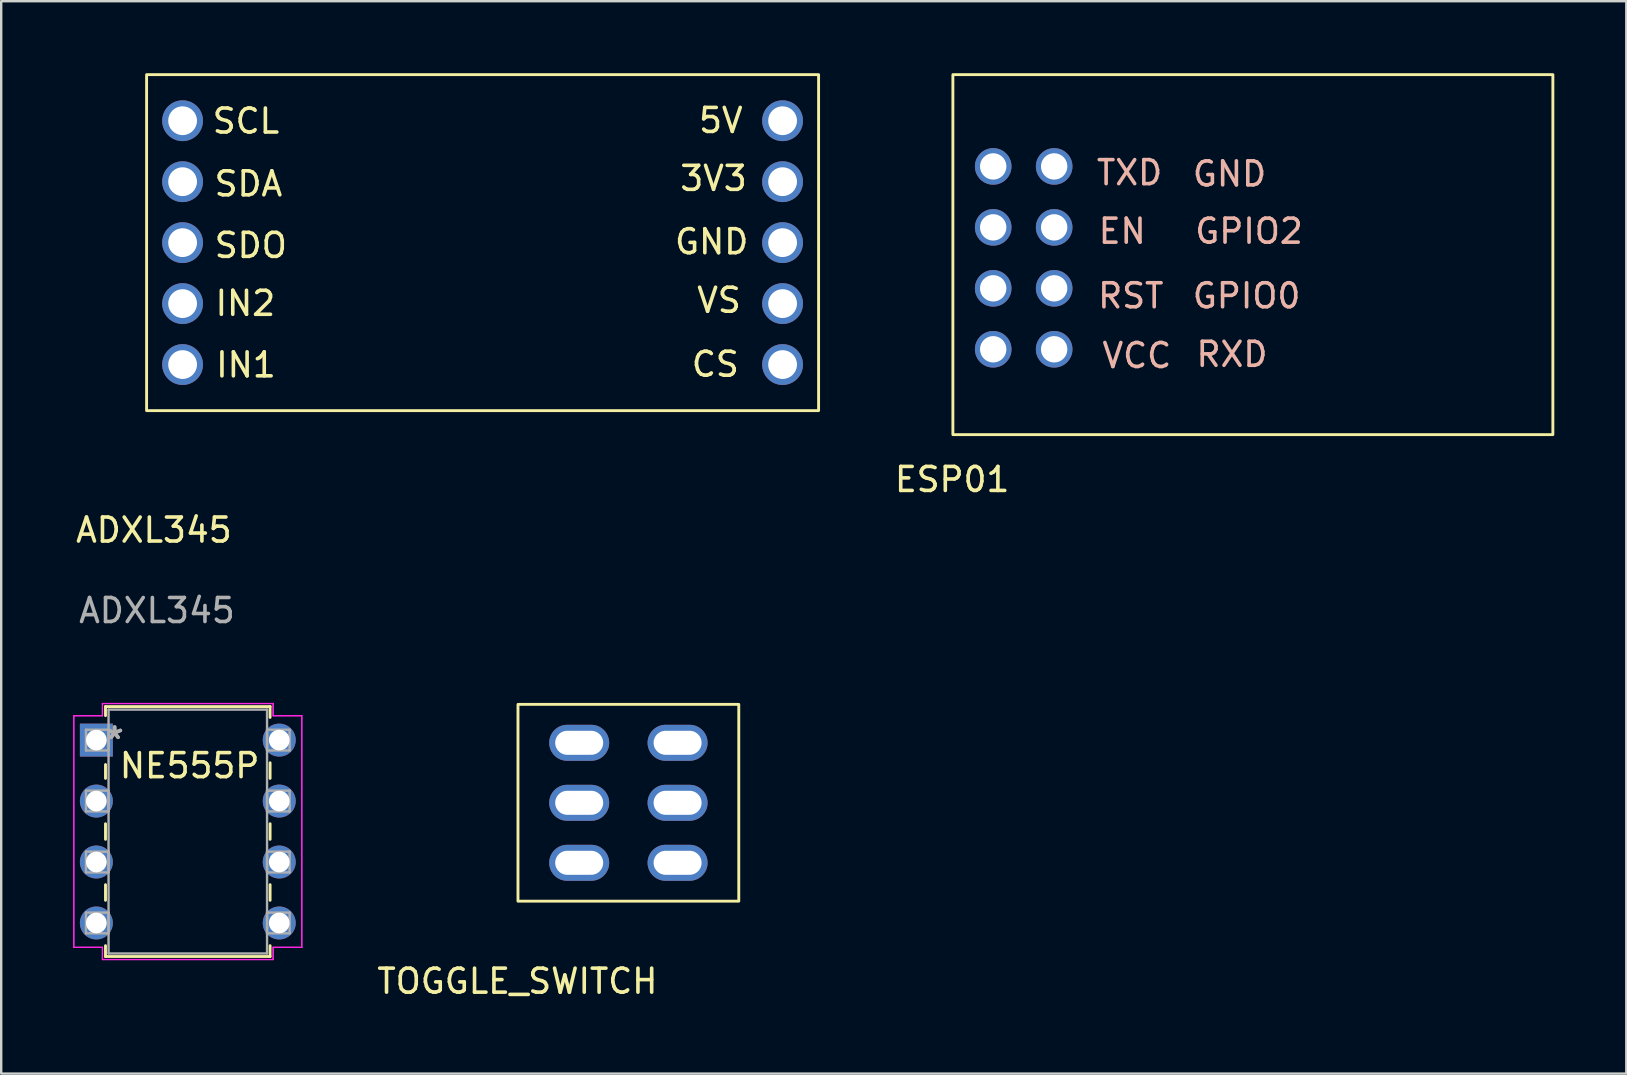
<source format=kicad_pcb>
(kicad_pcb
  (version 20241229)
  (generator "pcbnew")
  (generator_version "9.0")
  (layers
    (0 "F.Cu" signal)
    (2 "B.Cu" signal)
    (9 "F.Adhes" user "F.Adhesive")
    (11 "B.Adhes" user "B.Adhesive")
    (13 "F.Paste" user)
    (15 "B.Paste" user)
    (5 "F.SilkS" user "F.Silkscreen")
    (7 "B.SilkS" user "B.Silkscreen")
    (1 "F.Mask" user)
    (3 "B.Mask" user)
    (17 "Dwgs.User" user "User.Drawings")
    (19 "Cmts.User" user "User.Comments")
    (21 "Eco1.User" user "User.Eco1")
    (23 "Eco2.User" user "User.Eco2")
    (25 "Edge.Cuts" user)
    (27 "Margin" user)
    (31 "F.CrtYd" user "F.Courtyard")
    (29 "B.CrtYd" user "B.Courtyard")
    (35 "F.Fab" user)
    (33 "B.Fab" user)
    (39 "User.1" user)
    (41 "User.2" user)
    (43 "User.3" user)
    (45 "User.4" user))
  (footprint "NE555P"
    (layer "F.Cu")
    (at 0.965 27.788)
    (property "Reference" "NE555P" (at 3.886 1.067 0) (layer "F.SilkS") (effects (font (size 1 1) (thickness 0.15))))
    (attr through_hole)
    (fp_line (start 0.381 -1.397) (end 0.381 -1.019) (stroke (width 0.12) (type solid)) (layer "F.SilkS"))
    (fp_line (start 0.381 1.019) (end 0.381 1.595) (stroke (width 0.12) (type solid)) (layer "F.SilkS"))
    (fp_line (start 0.381 3.485) (end 0.381 4.135) (stroke (width 0.12) (type solid)) (layer "F.SilkS"))
    (fp_line (start 0.381 6.025) (end 0.381 6.675) (stroke (width 0.12) (type solid)) (layer "F.SilkS"))
    (fp_line (start 0.381 8.565) (end 0.381 9.017) (stroke (width 0.12) (type solid)) (layer "F.SilkS"))
    (fp_line (start 0.381 9.017) (end 7.239 9.017) (stroke (width 0.12) (type solid)) (layer "F.SilkS"))
    (fp_line (start 7.239 -1.397) (end 0.381 -1.397) (stroke (width 0.12) (type solid)) (layer "F.SilkS"))
    (fp_line (start 7.239 -0.945) (end 7.239 -1.397) (stroke (width 0.12) (type solid)) (layer "F.SilkS"))
    (fp_line (start 7.239 1.595) (end 7.239 0.945) (stroke (width 0.12) (type solid)) (layer "F.SilkS"))
    (fp_line (start 7.239 4.135) (end 7.239 3.485) (stroke (width 0.12) (type solid)) (layer "F.SilkS"))
    (fp_line (start 7.239 6.675) (end 7.239 6.025) (stroke (width 0.12) (type solid)) (layer "F.SilkS"))
    (fp_line (start 7.239 9.017) (end 7.239 8.565) (stroke (width 0.12) (type solid)) (layer "F.SilkS"))
    (fp_line (start -0.94 -1.016) (end -0.94 8.636) (stroke (width 0.05) (type solid)) (layer "F.CrtYd"))
    (fp_line (start -0.94 -1.016) (end 0.254 -1.016) (stroke (width 0.05) (type solid)) (layer "F.CrtYd"))
    (fp_line (start -0.94 8.636) (end -0.94 -1.016) (stroke (width 0.05) (type solid)) (layer "F.CrtYd"))
    (fp_line (start -0.94 8.636) (end 0.254 8.636) (stroke (width 0.05) (type solid)) (layer "F.CrtYd"))
    (fp_line (start 0.254 -1.524) (end 0.254 -1.016) (stroke (width 0.05) (type solid)) (layer "F.CrtYd"))
    (fp_line (start 0.254 -1.524) (end 7.366 -1.524) (stroke (width 0.05) (type solid)) (layer "F.CrtYd"))
    (fp_line (start 0.254 -1.016) (end -0.94 -1.016) (stroke (width 0.05) (type solid)) (layer "F.CrtYd"))
    (fp_line (start 0.254 -1.016) (end 0.254 -1.524) (stroke (width 0.05) (type solid)) (layer "F.CrtYd"))
    (fp_line (start 0.254 8.636) (end -0.94 8.636) (stroke (width 0.05) (type solid)) (layer "F.CrtYd"))
    (fp_line (start 0.254 8.636) (end 0.254 9.144) (stroke (width 0.05) (type solid)) (layer "F.CrtYd"))
    (fp_line (start 0.254 9.144) (end 0.254 8.636) (stroke (width 0.05) (type solid)) (layer "F.CrtYd"))
    (fp_line (start 0.254 9.144) (end 7.366 9.144) (stroke (width 0.05) (type solid)) (layer "F.CrtYd"))
    (fp_line (start 7.366 -1.524) (end 0.254 -1.524) (stroke (width 0.05) (type solid)) (layer "F.CrtYd"))
    (fp_line (start 7.366 -1.524) (end 7.366 -1.016) (stroke (width 0.05) (type solid)) (layer "F.CrtYd"))
    (fp_line (start 7.366 -1.016) (end 7.366 -1.524) (stroke (width 0.05) (type solid)) (layer "F.CrtYd"))
    (fp_line (start 7.366 8.636) (end 7.366 9.144) (stroke (width 0.05) (type solid)) (layer "F.CrtYd"))
    (fp_line (start 7.366 8.636) (end 8.56 8.636) (stroke (width 0.05) (type solid)) (layer "F.CrtYd"))
    (fp_line (start 7.366 9.144) (end 0.254 9.144) (stroke (width 0.05) (type solid)) (layer "F.CrtYd"))
    (fp_line (start 7.366 9.144) (end 7.366 8.636) (stroke (width 0.05) (type solid)) (layer "F.CrtYd"))
    (fp_line (start 8.56 -1.016) (end 7.366 -1.016) (stroke (width 0.05) (type solid)) (layer "F.CrtYd"))
    (fp_line (start 8.56 -1.016) (end 7.366 -1.016) (stroke (width 0.05) (type solid)) (layer "F.CrtYd"))
    (fp_line (start 8.56 -1.016) (end 8.56 8.636) (stroke (width 0.05) (type solid)) (layer "F.CrtYd"))
    (fp_line (start 8.56 8.636) (end 7.366 8.636) (stroke (width 0.05) (type solid)) (layer "F.CrtYd"))
    (fp_line (start 8.56 8.636) (end 8.56 -1.016) (stroke (width 0.05) (type solid)) (layer "F.CrtYd"))
    (fp_line (start -0.432 -0.432) (end -0.432 0.432) (stroke (width 0.1) (type solid)) (layer "F.Fab"))
    (fp_line (start -0.432 0.432) (end 0.508 0.432) (stroke (width 0.1) (type solid)) (layer "F.Fab"))
    (fp_line (start -0.432 2.108) (end -0.432 2.972) (stroke (width 0.1) (type solid)) (layer "F.Fab"))
    (fp_line (start -0.432 2.972) (end 0.508 2.972) (stroke (width 0.1) (type solid)) (layer "F.Fab"))
    (fp_line (start -0.432 4.648) (end -0.432 5.512) (stroke (width 0.1) (type solid)) (layer "F.Fab"))
    (fp_line (start -0.432 5.512) (end 0.508 5.512) (stroke (width 0.1) (type solid)) (layer "F.Fab"))
    (fp_line (start -0.432 7.188) (end -0.432 8.052) (stroke (width 0.1) (type solid)) (layer "F.Fab"))
    (fp_line (start -0.432 8.052) (end 0.508 8.052) (stroke (width 0.1) (type solid)) (layer "F.Fab"))
    (fp_line (start 0.508 -1.27) (end 0.508 8.89) (stroke (width 0.1) (type solid)) (layer "F.Fab"))
    (fp_line (start 0.508 -0.432) (end -0.432 -0.432) (stroke (width 0.1) (type solid)) (layer "F.Fab"))
    (fp_line (start 0.508 0.432) (end 0.508 -0.432) (stroke (width 0.1) (type solid)) (layer "F.Fab"))
    (fp_line (start 0.508 2.108) (end -0.432 2.108) (stroke (width 0.1) (type solid)) (layer "F.Fab"))
    (fp_line (start 0.508 2.972) (end 0.508 2.108) (stroke (width 0.1) (type solid)) (layer "F.Fab"))
    (fp_line (start 0.508 4.648) (end -0.432 4.648) (stroke (width 0.1) (type solid)) (layer "F.Fab"))
    (fp_line (start 0.508 5.512) (end 0.508 4.648) (stroke (width 0.1) (type solid)) (layer "F.Fab"))
    (fp_line (start 0.508 7.188) (end -0.432 7.188) (stroke (width 0.1) (type solid)) (layer "F.Fab"))
    (fp_line (start 0.508 8.052) (end 0.508 7.188) (stroke (width 0.1) (type solid)) (layer "F.Fab"))
    (fp_line (start 0.508 8.89) (end 7.112 8.89) (stroke (width 0.1) (type solid)) (layer "F.Fab"))
    (fp_line (start 7.112 -1.27) (end 0.508 -1.27) (stroke (width 0.1) (type solid)) (layer "F.Fab"))
    (fp_line (start 7.112 -0.432) (end 7.112 0.432) (stroke (width 0.1) (type solid)) (layer "F.Fab"))
    (fp_line (start 7.112 0.432) (end 8.052 0.432) (stroke (width 0.1) (type solid)) (layer "F.Fab"))
    (fp_line (start 7.112 2.108) (end 7.112 2.972) (stroke (width 0.1) (type solid)) (layer "F.Fab"))
    (fp_line (start 7.112 2.972) (end 8.052 2.972) (stroke (width 0.1) (type solid)) (layer "F.Fab"))
    (fp_line (start 7.112 4.648) (end 7.112 5.512) (stroke (width 0.1) (type solid)) (layer "F.Fab"))
    (fp_line (start 7.112 5.512) (end 8.052 5.512) (stroke (width 0.1) (type solid)) (layer "F.Fab"))
    (fp_line (start 7.112 7.188) (end 7.112 8.052) (stroke (width 0.1) (type solid)) (layer "F.Fab"))
    (fp_line (start 7.112 8.052) (end 8.052 8.052) (stroke (width 0.1) (type solid)) (layer "F.Fab"))
    (fp_line (start 7.112 8.89) (end 7.112 -1.27) (stroke (width 0.1) (type solid)) (layer "F.Fab"))
    (fp_line (start 8.052 -0.432) (end 7.112 -0.432) (stroke (width 0.1) (type solid)) (layer "F.Fab"))
    (fp_line (start 8.052 0.432) (end 8.052 -0.432) (stroke (width 0.1) (type solid)) (layer "F.Fab"))
    (fp_line (start 8.052 2.108) (end 7.112 2.108) (stroke (width 0.1) (type solid)) (layer "F.Fab"))
    (fp_line (start 8.052 2.972) (end 8.052 2.108) (stroke (width 0.1) (type solid)) (layer "F.Fab"))
    (fp_line (start 8.052 4.648) (end 7.112 4.648) (stroke (width 0.1) (type solid)) (layer "F.Fab"))
    (fp_line (start 8.052 5.512) (end 8.052 4.648) (stroke (width 0.1) (type solid)) (layer "F.Fab"))
    (fp_line (start 8.052 7.188) (end 7.112 7.188) (stroke (width 0.1) (type solid)) (layer "F.Fab"))
    (fp_line (start 8.052 8.052) (end 8.052 7.188) (stroke (width 0.1) (type solid)) (layer "F.Fab"))
    (fp_text user "*" (at 0.762 0 0) (layer "F.Fab") (effects (font (size 1 1) (thickness 0.15))))
    (fp_text user "*" (at 0.762 0 0) (layer "F.Fab") (effects (font (size 1 1) (thickness 0.15))))
    (pad "1" thru_hole rect (at 0 0) (size 1.372 1.372) (drill 0.864) (layers "*.Cu" "*.Mask"))
    (pad "2" thru_hole circle (at 0 2.54) (size 1.372 1.372) (drill 0.864) (layers "*.Cu" "*.Mask"))
    (pad "3" thru_hole circle (at 0 5.08) (size 1.372 1.372) (drill 0.864) (layers "*.Cu" "*.Mask"))
    (pad "4" thru_hole circle (at 0 7.62) (size 1.372 1.372) (drill 0.864) (layers "*.Cu" "*.Mask"))
    (pad "5" thru_hole circle (at 7.62 7.62) (size 1.372 1.372) (drill 0.864) (layers "*.Cu" "*.Mask"))
    (pad "6" thru_hole circle (at 7.62 5.08) (size 1.372 1.372) (drill 0.864) (layers "*.Cu" "*.Mask"))
    (pad "7" thru_hole circle (at 7.62 2.54) (size 1.372 1.372) (drill 0.864) (layers "*.Cu" "*.Mask"))
    (pad "8" thru_hole circle (at 7.62 0) (size 1.372 1.372) (drill 0.864) (layers "*.Cu" "*.Mask")))
  (footprint "TOGGLE_SWITCH"
    (layer "F.Cu")
    (at 18.508 38.335)
    (property "Reference" "TOGGLE_SWITCH" (at 0 -0.5 0) (unlocked yes) (layer "F.SilkS") (effects (font (size 1 1) (thickness 0.15))))
    (attr through_hole)
    (fp_rect (start 9.225 -3.835) (end 0.025 -12.035) (stroke (width 0.12) (type solid)) (fill no) (layer "F.SilkS"))
    (pad "1" thru_hole oval (at 2.575 -5.435) (size 2.5 1.5) (drill oval 2 1) (layers "*.Cu" "*.Mask"))
    (pad "2" thru_hole oval (at 2.575 -10.435) (size 2.5 1.5) (drill oval 2 1) (layers "*.Cu" "*.Mask"))
    (pad "3" thru_hole oval (at 2.575 -7.935) (size 2.5 1.5) (drill oval 2 1) (layers "*.Cu" "*.Mask"))
    (pad "4" thru_hole oval (at 6.675 -7.935) (size 2.5 1.5) (drill oval 2 1) (layers "*.Cu" "*.Mask"))
    (pad "5" thru_hole oval (at 6.675 -10.435) (size 2.5 1.5) (drill oval 2 1) (layers "*.Cu" "*.Mask"))
    (pad "6" thru_hole oval (at 6.675 -5.435) (size 2.5 1.5) (drill oval 2 1) (layers "*.Cu" "*.Mask")))
  (footprint "ESP01"
    (layer "F.Cu")
    (at 36.624 17.43)
    (property "Reference" "ESP01" (at 0 -0.5 0) (unlocked yes) (layer "F.SilkS") (effects (font (size 1 1) (thickness 0.15))))
    (attr through_hole)
    (fp_rect (start 0.03 -2.37) (end 25.03 -17.37) (stroke (width 0.12) (type solid)) (fill no) (layer "F.SilkS"))
    (fp_text user "EN" (at 7.087 -10.846 0) (unlocked yes) (layer "B.SilkS") (effects (font (size 1 1) (thickness 0.15))))
    (fp_text user "VCC" (at 7.696 -5.664 0) (unlocked yes) (layer "B.SilkS") (effects (font (size 1 1) (thickness 0.15))))
    (fp_text user "RST" (at 7.442 -8.153 0) (unlocked yes) (layer "B.SilkS") (effects (font (size 1 1) (thickness 0.15))))
    (fp_text user "GPIO0" (at 12.268 -8.153 0) (unlocked yes) (layer "B.SilkS") (effects (font (size 1 1) (thickness 0.15))))
    (fp_text user "GPIO2" (at 12.37 -10.846 0) (unlocked yes) (layer "B.SilkS") (effects (font (size 1 1) (thickness 0.15))))
    (fp_text user "GND" (at 11.557 -13.233 0) (unlocked yes) (layer "B.SilkS") (effects (font (size 1 1) (thickness 0.15))))
    (fp_text user "RXD" (at 11.659 -5.715 0) (unlocked yes) (layer "B.SilkS") (effects (font (size 1 1) (thickness 0.15))))
    (fp_text user "TXD" (at 7.391 -13.284 0) (unlocked yes) (layer "B.SilkS") (effects (font (size 1 1) (thickness 0.15))))
    (pad "1" thru_hole circle (at 1.71 -13.546) (size 1.524 1.524) (drill 1.1) (layers "*.Cu" "*.Mask"))
    (pad "2" thru_hole circle (at 4.25 -13.546) (size 1.524 1.524) (drill 1.1) (layers "*.Cu" "*.Mask"))
    (pad "3" thru_hole circle (at 1.71 -11.006) (size 1.524 1.524) (drill 1.1) (layers "*.Cu" "*.Mask"))
    (pad "4" thru_hole circle (at 4.25 -11.006) (size 1.524 1.524) (drill 1.1) (layers "*.Cu" "*.Mask"))
    (pad "5" thru_hole circle (at 1.71 -8.466) (size 1.524 1.524) (drill 1.1) (layers "*.Cu" "*.Mask"))
    (pad "6" thru_hole circle (at 4.25 -8.466) (size 1.524 1.524) (drill 1.1) (layers "*.Cu" "*.Mask"))
    (pad "7" thru_hole circle (at 1.71 -5.926) (size 1.524 1.524) (drill 1.1) (layers "*.Cu" "*.Mask"))
    (pad "8" thru_hole circle (at 4.25 -5.926) (size 1.524 1.524) (drill 1.1) (layers "*.Cu" "*.Mask")))
  (footprint "ADXL345"
    (layer "F.Cu")
    (at 3.058 14.06)
    (property "Reference" "ADXL345" (at 0.305 4.978 0) (unlocked yes) (layer "F.SilkS") (effects (font (size 1 1) (thickness 0.15))))
    (attr through_hole)
    (fp_rect (start 0 0) (end 28 -14) (stroke (width 0.12) (type solid)) (fill no) (layer "F.SilkS"))
    (fp_text user "3V3" (at 23.622 -9.677 0) (unlocked yes) (layer "F.SilkS") (effects (font (size 1 1) (thickness 0.15))))
    (fp_text user "CS" (at 23.698 -1.93 0) (unlocked yes) (layer "F.SilkS") (effects (font (size 1 1) (thickness 0.15))))
    (fp_text user "5V" (at 23.927 -12.09 0) (unlocked yes) (layer "F.SilkS") (effects (font (size 1 1) (thickness 0.15))))
    (fp_text user "IN2" (at 4.115 -4.47 0) (unlocked yes) (layer "F.SilkS") (effects (font (size 1 1) (thickness 0.15))))
    (fp_text user "GND" (at 23.546 -7.036 0) (unlocked yes) (layer "F.SilkS") (effects (font (size 1 1) (thickness 0.15))))
    (fp_text user "SDA" (at 4.242 -9.449 0) (unlocked yes) (layer "F.SilkS") (effects (font (size 1 1) (thickness 0.15))))
    (fp_text user "VS" (at 23.851 -4.597 0) (unlocked yes) (layer "F.SilkS") (effects (font (size 1 1) (thickness 0.15))))
    (fp_text user "SDO" (at 4.343 -6.883 0) (unlocked yes) (layer "F.SilkS") (effects (font (size 1 1) (thickness 0.15))))
    (fp_text user "IN1" (at 4.14 -1.905 0) (unlocked yes) (layer "F.SilkS") (effects (font (size 1 1) (thickness 0.15))))
    (fp_text user "SCL" (at 4.14 -12.065 0) (unlocked yes) (layer "F.SilkS") (effects (font (size 1 1) (thickness 0.15))))
    (fp_text user "${REFERENCE}" (at 0.432 8.331 0) (unlocked yes) (layer "F.Fab") (effects (font (size 1 1) (thickness 0.15))))
    (pad "1" thru_hole circle (at 26.5 -9.54) (size 1.7 1.7) (drill 1.2) (layers "*.Cu" "*.Mask" "Eco2.User"))
    (pad "2" thru_hole circle (at 26.5 -7) (size 1.7 1.7) (drill 1.2) (layers "*.Cu" "*.Mask" "Eco2.User"))
    (pad "6" thru_hole circle (at 26.5 -4.46) (size 1.7 1.7) (drill 1.2) (layers "*.Cu" "*.Mask" "Eco2.User"))
    (pad "7" thru_hole circle (at 26.5 -1.92) (size 1.7 1.7) (drill 1.2) (layers "*.Cu" "*.Mask" "Eco2.User"))
    (pad "8" thru_hole circle (at 1.5 -1.92) (size 1.7 1.7) (drill 1.2) (layers "*.Cu" "*.Mask" "Eco2.User"))
    (pad "9" thru_hole circle (at 1.5 -4.46) (size 1.7 1.7) (drill 1.2) (layers "*.Cu" "*.Mask" "Eco2.User"))
    (pad "12" thru_hole circle (at 1.5 -7) (size 1.7 1.7) (drill 1.2) (layers "*.Cu" "*.Mask" "Eco2.User"))
    (pad "13" thru_hole circle (at 1.5 -9.54) (size 1.7 1.7) (drill 1.2) (layers "*.Cu" "*.Mask" "Eco2.User"))
    (pad "14" thru_hole circle (at 1.5 -12.08) (size 1.7 1.7) (drill 1.2) (layers "*.Cu" "*.Mask" "Eco2.User"))
    (pad "22" thru_hole circle (at 26.5 -12.08) (size 1.7 1.7) (drill 1.2) (layers "*.Cu" "*.Mask" "Eco2.User")))
  (gr_rect
    (start -3 -3)
    (end 64.714 41.683)
    (stroke (width 0.1) (type default))
    (fill no)
    (layer "Edge.Cuts")))
</source>
